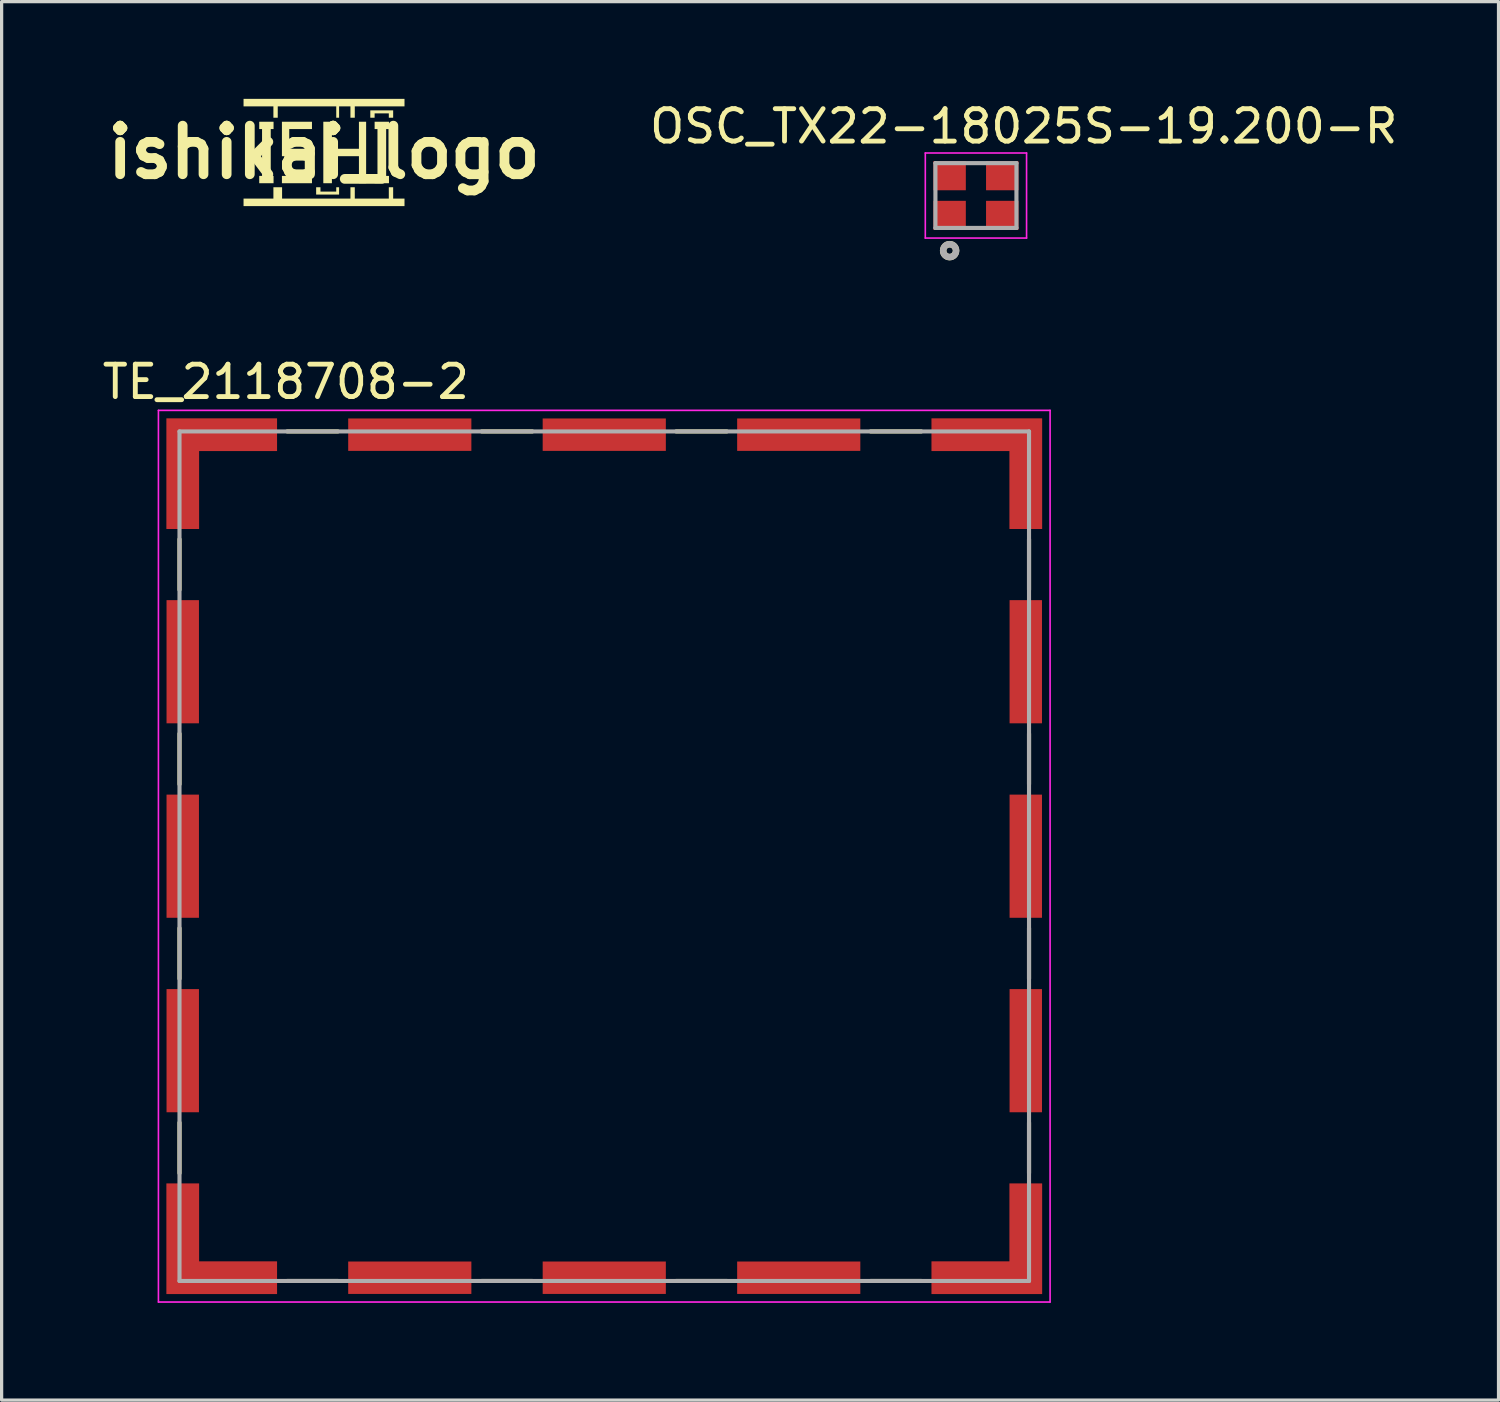
<source format=kicad_pcb>
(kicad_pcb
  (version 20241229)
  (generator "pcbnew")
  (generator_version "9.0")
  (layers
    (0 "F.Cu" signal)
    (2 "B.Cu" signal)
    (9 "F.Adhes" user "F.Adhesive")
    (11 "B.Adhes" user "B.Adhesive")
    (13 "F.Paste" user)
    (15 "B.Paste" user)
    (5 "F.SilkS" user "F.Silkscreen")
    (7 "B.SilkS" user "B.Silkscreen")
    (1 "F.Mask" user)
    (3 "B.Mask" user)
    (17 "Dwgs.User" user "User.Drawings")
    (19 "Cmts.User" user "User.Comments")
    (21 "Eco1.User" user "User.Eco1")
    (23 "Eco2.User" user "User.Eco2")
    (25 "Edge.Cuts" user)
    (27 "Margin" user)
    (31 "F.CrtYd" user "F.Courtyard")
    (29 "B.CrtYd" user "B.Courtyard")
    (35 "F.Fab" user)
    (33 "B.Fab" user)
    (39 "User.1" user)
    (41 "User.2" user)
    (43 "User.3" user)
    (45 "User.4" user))
  (footprint "TE_2118708-2"
    (layer "F.Cu")
    (at 15.593 23.366)
    (property "Reference" "TE_2118708-2" (at -9.825 -14.635 0) (layer "F.SilkS") (effects (font (size 1 1) (thickness 0.15))))
    (attr smd)
    (fp_poly (pts (xy -13.605 -10) (xy -13.605 -13.605) (xy -10 -13.605) (xy -10 -12.405) (xy -12.405 -12.405) (xy -12.405 -10)) (stroke (width 0.01) (type solid)) (fill yes) (layer "F.Mask"))
    (fp_poly (pts (xy -13.605 10) (xy -13.605 13.605) (xy -10 13.605) (xy -10 12.405) (xy -12.405 12.405) (xy -12.405 10)) (stroke (width 0.01) (type solid)) (fill yes) (layer "F.Mask"))
    (fp_poly (pts (xy 10 -13.605) (xy 13.605 -13.605) (xy 13.605 -10) (xy 12.405 -10) (xy 12.405 -12.405) (xy 10 -12.405)) (stroke (width 0.01) (type solid)) (fill yes) (layer "F.Mask"))
    (fp_poly (pts (xy 13.605 10) (xy 13.605 13.605) (xy 10 13.605) (xy 10 12.405) (xy 12.405 12.405) (xy 12.405 10)) (stroke (width 0.01) (type solid)) (fill yes) (layer "F.Mask"))
    (fp_line (start -13.105 -9.78) (end -13.105 -8.22) (stroke (width 0.127) (type solid)) (layer "F.SilkS"))
    (fp_line (start -13.105 -3.78) (end -13.105 -2.22) (stroke (width 0.127) (type solid)) (layer "F.SilkS"))
    (fp_line (start -13.105 2.22) (end -13.105 3.78) (stroke (width 0.127) (type solid)) (layer "F.SilkS"))
    (fp_line (start -13.105 8.22) (end -13.105 9.78) (stroke (width 0.127) (type solid)) (layer "F.SilkS"))
    (fp_line (start -9.78 13.105) (end -8.22 13.105) (stroke (width 0.127) (type solid)) (layer "F.SilkS"))
    (fp_line (start -8.22 -13.105) (end -9.78 -13.105) (stroke (width 0.127) (type solid)) (layer "F.SilkS"))
    (fp_line (start -3.78 13.105) (end -2.22 13.105) (stroke (width 0.127) (type solid)) (layer "F.SilkS"))
    (fp_line (start -2.22 -13.105) (end -3.78 -13.105) (stroke (width 0.127) (type solid)) (layer "F.SilkS"))
    (fp_line (start 2.22 13.105) (end 3.78 13.105) (stroke (width 0.127) (type solid)) (layer "F.SilkS"))
    (fp_line (start 3.78 -13.105) (end 2.22 -13.105) (stroke (width 0.127) (type solid)) (layer "F.SilkS"))
    (fp_line (start 8.22 13.105) (end 9.78 13.105) (stroke (width 0.127) (type solid)) (layer "F.SilkS"))
    (fp_line (start 9.78 -13.105) (end 8.22 -13.105) (stroke (width 0.127) (type solid)) (layer "F.SilkS"))
    (fp_line (start 13.105 -8.22) (end 13.105 -9.78) (stroke (width 0.127) (type solid)) (layer "F.SilkS"))
    (fp_line (start 13.105 -2.22) (end 13.105 -3.78) (stroke (width 0.127) (type solid)) (layer "F.SilkS"))
    (fp_line (start 13.105 3.78) (end 13.105 2.22) (stroke (width 0.127) (type solid)) (layer "F.SilkS"))
    (fp_line (start 13.105 9.78) (end 13.105 8.22) (stroke (width 0.127) (type solid)) (layer "F.SilkS"))
    (fp_poly (pts (xy -13.505 -10.1) (xy -13.505 -13.505) (xy -10.1 -13.505) (xy -10.1 -12.505) (xy -12.505 -12.505) (xy -12.505 -10.1)) (stroke (width 0.01) (type solid)) (fill yes) (layer "F.Paste"))
    (fp_poly (pts (xy -13.505 10.1) (xy -13.505 13.505) (xy -10.1 13.505) (xy -10.1 12.505) (xy -12.505 12.505) (xy -12.505 10.1)) (stroke (width 0.01) (type solid)) (fill yes) (layer "F.Paste"))
    (fp_poly (pts (xy 10.1 -13.505) (xy 13.505 -13.505) (xy 13.505 -10.1) (xy 12.505 -10.1) (xy 12.505 -12.505) (xy 10.1 -12.505)) (stroke (width 0.01) (type solid)) (fill yes) (layer "F.Paste"))
    (fp_poly (pts (xy 13.505 10.1) (xy 13.505 13.505) (xy 10.1 13.505) (xy 10.1 12.505) (xy 12.505 12.505) (xy 12.505 10.1)) (stroke (width 0.01) (type solid)) (fill yes) (layer "F.Paste"))
    (fp_line (start -13.755 -13.755) (end 13.755 -13.755) (stroke (width 0.05) (type solid)) (layer "F.CrtYd"))
    (fp_line (start -13.755 13.755) (end -13.755 -13.755) (stroke (width 0.05) (type solid)) (layer "F.CrtYd"))
    (fp_line (start 13.755 -13.755) (end 13.755 13.755) (stroke (width 0.05) (type solid)) (layer "F.CrtYd"))
    (fp_line (start 13.755 13.755) (end -13.755 13.755) (stroke (width 0.05) (type solid)) (layer "F.CrtYd"))
    (fp_line (start -13.105 -13.105) (end 13.105 -13.105) (stroke (width 0.127) (type solid)) (layer "F.Fab"))
    (fp_line (start -13.105 13.105) (end -13.105 -13.105) (stroke (width 0.127) (type solid)) (layer "F.Fab"))
    (fp_line (start 13.105 -13.105) (end 13.105 13.105) (stroke (width 0.127) (type solid)) (layer "F.Fab"))
    (fp_line (start 13.105 13.105) (end -13.105 13.105) (stroke (width 0.127) (type solid)) (layer "F.Fab"))
    (pad "SH1" smd custom (at -13.005 13.005) (size 0.5 0.5) (layers "F.Cu") (options (anchor rect)) (primitives (gr_poly (pts (xy -0.5 -2.905) (xy -0.5 0.5) (xy 2.905 0.5) (xy 2.905 -0.5) (xy 0.5 -0.5) (xy 0.5 -2.905)) (width 0.01) (fill yes))))
    (pad "SH2" smd rect (at -6 13.005) (size 3.8 1) (layers "F.Cu" "F.Mask" "F.Paste"))
    (pad "SH3" smd rect (at 0 13.005) (size 3.8 1) (layers "F.Cu" "F.Mask" "F.Paste"))
    (pad "SH4" smd rect (at 6 13.005) (size 3.8 1) (layers "F.Cu" "F.Mask" "F.Paste"))
    (pad "SH5" smd custom (at 13.005 13.005) (size 0.5 0.5) (layers "F.Cu") (options (anchor rect)) (primitives (gr_poly (pts (xy 0.5 -2.905) (xy 0.5 0.5) (xy -2.905 0.5) (xy -2.905 -0.5) (xy -0.5 -0.5) (xy -0.5 -2.905)) (width 0.01) (fill yes))))
    (pad "SH6" smd rect (at 13.005 6) (size 1 3.8) (layers "F.Cu" "F.Mask" "F.Paste"))
    (pad "SH7" smd rect (at 13.005 0) (size 1 3.8) (layers "F.Cu" "F.Mask" "F.Paste"))
    (pad "SH8" smd rect (at 13.005 -6) (size 1 3.8) (layers "F.Cu" "F.Mask" "F.Paste"))
    (pad "SH9" smd custom (at 13.005 -13.005) (size 0.5 0.5) (layers "F.Cu") (options (anchor rect)) (primitives (gr_poly (pts (xy -2.905 -0.5) (xy 0.5 -0.5) (xy 0.5 2.905) (xy -0.5 2.905) (xy -0.5 0.5) (xy -2.905 0.5)) (width 0.01) (fill yes))))
    (pad "SH10" smd rect (at 6 -13.005) (size 3.8 1) (layers "F.Cu" "F.Mask" "F.Paste"))
    (pad "SH11" smd rect (at 0 -13.005) (size 3.8 1) (layers "F.Cu" "F.Mask" "F.Paste"))
    (pad "SH12" smd rect (at -6 -13.005) (size 3.8 1) (layers "F.Cu" "F.Mask" "F.Paste"))
    (pad "SH13" smd custom (at -13.005 -13.005) (size 0.5 0.5) (layers "F.Cu") (options (anchor rect)) (primitives (gr_poly (pts (xy -0.5 2.905) (xy -0.5 -0.5) (xy 2.905 -0.5) (xy 2.905 0.5) (xy 0.5 0.5) (xy 0.5 2.905)) (width 0.01) (fill yes))))
    (pad "SH14" smd rect (at -13.005 -6) (size 1 3.8) (layers "F.Cu" "F.Mask" "F.Paste"))
    (pad "SH15" smd rect (at -13.005 0) (size 1 3.8) (layers "F.Cu" "F.Mask" "F.Paste"))
    (pad "SH16" smd rect (at -13.005 6) (size 1 3.8) (layers "F.Cu" "F.Mask" "F.Paste")))
  (footprint "ishikai_logo"
    (layer "F.Cu")
    (at 6.943 1.648)
    (property "Reference" "ishikai_logo" (at 0 0 0) (layer "F.SilkS") (effects (font (size 1.5 1.5) (thickness 0.3))))
    (attr board_only exclude_from_pos_files exclude_from_bom)
    (fp_poly (pts (xy -0.106 1.146) (xy -0.106 1.213) (xy 0.138 1.213) (xy 0.381 1.213) (xy 0.381 1.146) (xy 0.381 1.079) (xy 0.425 1.079) (xy 0.469 1.079) (xy 0.469 1.192) (xy 0.469 1.305) (xy 0.115 1.305) (xy -0.239 1.305) (xy -0.239 1.192) (xy -0.239 1.079) (xy -0.173 1.079) (xy -0.106 1.079)) (stroke (width 0) (type solid)) (fill yes) (layer "F.SilkS"))
    (fp_poly (pts (xy 2.137 -1.179) (xy 2.137 -1.066) (xy 2.07 -1.066) (xy 2.003 -1.066) (xy 2.003 -1.133) (xy 2.003 -1.2) (xy 1.784 -1.2) (xy 1.565 -1.2) (xy 1.565 -1.133) (xy 1.565 -1.066) (xy 1.499 -1.066) (xy 1.432 -1.066) (xy 1.432 -1.179) (xy 1.432 -1.293) (xy 1.784 -1.293) (xy 2.137 -1.293)) (stroke (width 0) (type solid)) (fill yes) (layer "F.SilkS"))
    (fp_poly (pts (xy -1.553 -0.829) (xy -1.553 -0.716) (xy -1.596 -0.716) (xy -1.64 -0.716) (xy -1.64 0.006) (xy -1.64 0.729) (xy -1.596 0.729) (xy -1.553 0.729) (xy -1.553 0.842) (xy -1.553 0.955) (xy -1.774 0.955) (xy -1.995 0.955) (xy -1.995 0.842) (xy -1.995 0.729) (xy -1.952 0.729) (xy -1.908 0.729) (xy -1.908 0.006) (xy -1.908 -0.716) (xy -1.952 -0.716) (xy -1.995 -0.716) (xy -1.995 -0.829) (xy -1.995 -0.942) (xy -1.774 -0.942) (xy -1.553 -0.942)) (stroke (width 0) (type solid)) (fill yes) (layer "F.SilkS"))
    (fp_poly (pts (xy -0.368 -0.829) (xy -0.368 -0.716) (xy -0.718 -0.716) (xy -1.069 -0.716) (xy -1.069 -0.412) (xy -1.069 -0.108) (xy -0.718 -0.108) (xy -0.368 -0.108) (xy -0.368 0.424) (xy -0.368 0.955) (xy -0.832 0.955) (xy -1.295 0.955) (xy -1.295 0.842) (xy -1.295 0.729) (xy -0.942 0.729) (xy -0.59 0.729) (xy -0.59 0.425) (xy -0.59 0.121) (xy -0.942 0.121) (xy -1.295 0.121) (xy -1.295 -0.411) (xy -1.295 -0.942) (xy -0.832 -0.942) (xy -0.368 -0.942)) (stroke (width 0) (type solid)) (fill yes) (layer "F.SilkS"))
    (fp_poly (pts (xy 0.247 -0.525) (xy 0.247 -0.108) (xy 0.664 -0.108) (xy 1.081 -0.108) (xy 1.081 -0.525) (xy 1.081 -0.942) (xy 1.192 -0.942) (xy 1.303 -0.942) (xy 1.303 0.006) (xy 1.303 0.955) (xy 1.192 0.955) (xy 1.081 0.955) (xy 1.081 0.538) (xy 1.081 0.121) (xy 0.664 0.121) (xy 0.247 0.121) (xy 0.247 0.538) (xy 0.247 0.955) (xy 0.115 0.955) (xy -0.018 0.955) (xy -0.018 0.006) (xy -0.018 -0.942) (xy 0.115 -0.942) (xy 0.247 -0.942)) (stroke (width 0) (type solid)) (fill yes) (layer "F.SilkS"))
    (fp_poly (pts (xy 2.008 -0.829) (xy 2.008 -0.716) (xy 1.965 -0.716) (xy 1.921 -0.716) (xy 1.921 0.006) (xy 1.921 0.729) (xy 1.965 0.729) (xy 2.008 0.729) (xy 2.008 0.842) (xy 2.008 0.955) (xy 1.787 0.955) (xy 1.565 0.955) (xy 1.565 0.842) (xy 1.565 0.729) (xy 1.609 0.729) (xy 1.653 0.729) (xy 1.653 0.006) (xy 1.653 -0.716) (xy 1.609 -0.716) (xy 1.565 -0.716) (xy 1.565 -0.829) (xy 1.565 -0.942) (xy 1.787 -0.942) (xy 2.008 -0.942)) (stroke (width 0) (type solid)) (fill yes) (layer "F.SilkS"))
    (fp_poly (pts (xy -1.29 1.254) (xy -1.29 1.429) (xy -0.236 1.429) (xy 0.819 1.429) (xy 0.819 1.254) (xy 0.819 1.079) (xy 0.886 1.079) (xy 0.953 1.079) (xy 0.953 1.254) (xy 0.953 1.429) (xy 1.478 1.429) (xy 2.003 1.429) (xy 2.003 1.254) (xy 2.003 1.079) (xy 2.07 1.079) (xy 2.137 1.079) (xy 2.137 1.254) (xy 2.137 1.429) (xy 2.312 1.429) (xy 2.487 1.429) (xy 2.487 1.545) (xy 2.487 1.661) (xy 0.004 1.661) (xy -2.479 1.661) (xy -2.479 1.545) (xy -2.479 1.429) (xy -2.019 1.429) (xy -1.558 1.429) (xy -1.558 1.254) (xy -1.558 1.079) (xy -1.424 1.079) (xy -1.29 1.079)) (stroke (width 0) (type solid)) (fill yes) (layer "F.SilkS"))
    (fp_poly (pts (xy 2.487 -1.532) (xy 2.487 -1.416) (xy 1.72 -1.416) (xy 0.953 -1.416) (xy 0.953 -1.241) (xy 0.953 -1.066) (xy 0.886 -1.066) (xy 0.819 -1.066) (xy 0.819 -1.241) (xy 0.819 -1.416) (xy 0.644 -1.416) (xy 0.469 -1.416) (xy 0.469 -1.241) (xy 0.469 -1.066) (xy 0.425 -1.066) (xy 0.381 -1.066) (xy 0.381 -1.241) (xy 0.381 -1.416) (xy -0.521 -1.416) (xy -1.424 -1.416) (xy -1.424 -1.241) (xy -1.424 -1.066) (xy -1.491 -1.066) (xy -1.558 -1.066) (xy -1.558 -1.241) (xy -1.558 -1.416) (xy -2.019 -1.416) (xy -2.479 -1.416) (xy -2.479 -1.532) (xy -2.479 -1.648) (xy 0.004 -1.648) (xy 2.487 -1.648)) (stroke (width 0) (type solid)) (fill yes) (layer "F.SilkS")))
  (footprint "OSC_TX22-18025S-19.200-R"
    (layer "F.Cu")
    (at 27.06 2.983)
    (property "Reference" "OSC_TX22-18025S-19.200-R" (at 1.475 -2.135 0) (layer "F.SilkS") (effects (font (size 1 1) (thickness 0.15))))
    (attr smd)
    (fp_circle (center -0.812 1.7) (end -0.713 1.7) (stroke (width 0.2) (type solid)) (fill no) (layer "F.SilkS"))
    (fp_line (start -1.562 -1.312) (end -1.562 1.312) (stroke (width 0.05) (type solid)) (layer "F.CrtYd"))
    (fp_line (start -1.562 1.312) (end 1.562 1.312) (stroke (width 0.05) (type solid)) (layer "F.CrtYd"))
    (fp_line (start 1.562 -1.312) (end -1.562 -1.312) (stroke (width 0.05) (type solid)) (layer "F.CrtYd"))
    (fp_line (start 1.562 1.312) (end 1.562 -1.312) (stroke (width 0.05) (type solid)) (layer "F.CrtYd"))
    (fp_line (start -1.25 -1) (end -1.25 1) (stroke (width 0.127) (type solid)) (layer "F.Fab"))
    (fp_line (start -1.25 1) (end 1.25 1) (stroke (width 0.127) (type solid)) (layer "F.Fab"))
    (fp_line (start 1.25 -1) (end -1.25 -1) (stroke (width 0.127) (type solid)) (layer "F.Fab"))
    (fp_line (start 1.25 1) (end 1.25 -1) (stroke (width 0.127) (type solid)) (layer "F.Fab"))
    (fp_circle (center -0.812 1.7) (end -0.713 1.7) (stroke (width 0.2) (type solid)) (fill no) (layer "F.Fab"))
    (pad "1" smd rect (at -0.812 0.613) (size 1 0.9) (layers "F.Cu" "F.Mask" "F.Paste"))
    (pad "2" smd rect (at 0.812 0.613) (size 1 0.9) (layers "F.Cu" "F.Mask" "F.Paste"))
    (pad "3" smd rect (at 0.812 -0.613) (size 1 0.9) (layers "F.Cu" "F.Mask" "F.Paste"))
    (pad "4" smd rect (at -0.812 -0.613) (size 1 0.9) (layers "F.Cu" "F.Mask" "F.Paste")))
  (gr_rect
    (start -3 -3)
    (end 43.183 40.147)
    (stroke (width 0.1) (type default))
    (fill no)
    (layer "Edge.Cuts")))
</source>
